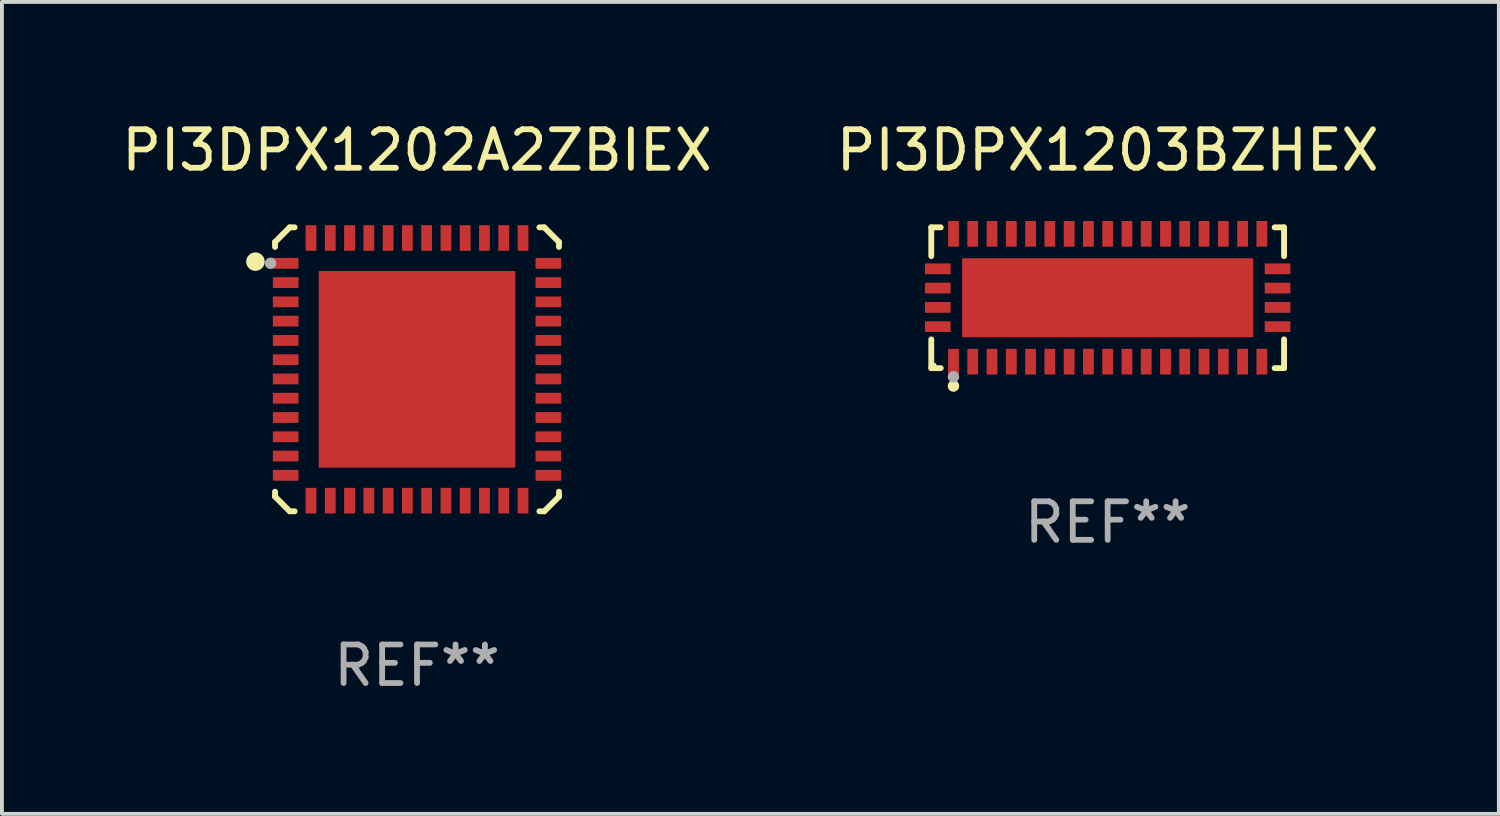
<source format=kicad_pcb>
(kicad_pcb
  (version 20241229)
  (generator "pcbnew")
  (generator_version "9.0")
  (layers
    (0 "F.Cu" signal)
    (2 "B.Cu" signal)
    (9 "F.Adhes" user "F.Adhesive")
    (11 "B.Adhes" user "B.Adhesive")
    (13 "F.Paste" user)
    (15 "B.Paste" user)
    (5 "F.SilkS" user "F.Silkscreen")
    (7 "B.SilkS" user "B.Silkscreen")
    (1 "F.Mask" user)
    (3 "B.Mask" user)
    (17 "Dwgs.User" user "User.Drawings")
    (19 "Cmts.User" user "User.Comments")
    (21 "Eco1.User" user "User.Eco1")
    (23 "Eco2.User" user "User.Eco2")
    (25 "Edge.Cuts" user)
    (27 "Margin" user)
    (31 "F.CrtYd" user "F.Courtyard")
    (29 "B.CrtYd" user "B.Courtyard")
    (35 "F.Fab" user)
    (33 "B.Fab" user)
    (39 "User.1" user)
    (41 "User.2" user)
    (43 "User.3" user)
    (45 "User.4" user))
  (footprint "PI3DPX1203BZHEX"
    (layer "F.Cu")
    (at 25.685 4.674)
    (property "Reference" "PI3DPX1203BZHEX" (at 0 -3.826 0) (layer "F.SilkS") (effects (font (size 1 1) (thickness 0.15))))
    (attr through_hole)
    (fp_line (start -4.576 -1.826) (end -4.331 -1.826) (stroke (width 0.152) (type solid)) (layer "F.SilkS"))
    (fp_line (start -4.576 -1.08) (end -4.576 -1.826) (stroke (width 0.152) (type solid)) (layer "F.SilkS"))
    (fp_line (start -4.576 1.08) (end -4.576 1.826) (stroke (width 0.152) (type solid)) (layer "F.SilkS"))
    (fp_line (start -4.576 1.826) (end -4.331 1.826) (stroke (width 0.152) (type solid)) (layer "F.SilkS"))
    (fp_line (start 4.576 -1.826) (end 4.331 -1.826) (stroke (width 0.152) (type solid)) (layer "F.SilkS"))
    (fp_line (start 4.576 -1.08) (end 4.576 -1.826) (stroke (width 0.152) (type solid)) (layer "F.SilkS"))
    (fp_line (start 4.576 1.08) (end 4.576 1.826) (stroke (width 0.152) (type solid)) (layer "F.SilkS"))
    (fp_line (start 4.576 1.826) (end 4.331 1.826) (stroke (width 0.152) (type solid)) (layer "F.SilkS"))
    (fp_circle (center -4.5 1.75) (end -4.47 1.75) (stroke (width 0.06) (type solid)) (fill no) (layer "F.SilkS"))
    (fp_circle (center -4 2.29) (end -3.925 2.29) (stroke (width 0.15) (type solid)) (fill no) (layer "F.SilkS"))
    (fp_circle (center -4 2.05) (end -3.925 2.05) (stroke (width 0.15) (type solid)) (fill no) (layer "F.Fab"))
    (fp_text user "REF**" (at 0 5.826 0) (layer "F.Fab") (effects (font (size 1 1) (thickness 0.15))))
    (pad "1" smd rect (at -4 1.658) (size 0.28 0.665) (layers "F.Cu" "F.Mask" "F.Paste"))
    (pad "2" smd rect (at -3.5 1.658) (size 0.28 0.665) (layers "F.Cu" "F.Mask" "F.Paste"))
    (pad "3" smd rect (at -3 1.658) (size 0.28 0.665) (layers "F.Cu" "F.Mask" "F.Paste"))
    (pad "4" smd rect (at -2.5 1.658) (size 0.28 0.665) (layers "F.Cu" "F.Mask" "F.Paste"))
    (pad "5" smd rect (at -2 1.658) (size 0.28 0.665) (layers "F.Cu" "F.Mask" "F.Paste"))
    (pad "6" smd rect (at -1.5 1.658) (size 0.28 0.665) (layers "F.Cu" "F.Mask" "F.Paste"))
    (pad "7" smd rect (at -1 1.658) (size 0.28 0.665) (layers "F.Cu" "F.Mask" "F.Paste"))
    (pad "8" smd rect (at -0.5 1.658) (size 0.28 0.665) (layers "F.Cu" "F.Mask" "F.Paste"))
    (pad "9" smd rect (at 0 1.658) (size 0.28 0.665) (layers "F.Cu" "F.Mask" "F.Paste"))
    (pad "10" smd rect (at 0.5 1.658) (size 0.28 0.665) (layers "F.Cu" "F.Mask" "F.Paste"))
    (pad "11" smd rect (at 1 1.658) (size 0.28 0.665) (layers "F.Cu" "F.Mask" "F.Paste"))
    (pad "12" smd rect (at 1.5 1.658) (size 0.28 0.665) (layers "F.Cu" "F.Mask" "F.Paste"))
    (pad "13" smd rect (at 2 1.658) (size 0.28 0.665) (layers "F.Cu" "F.Mask" "F.Paste"))
    (pad "14" smd rect (at 2.5 1.658) (size 0.28 0.665) (layers "F.Cu" "F.Mask" "F.Paste"))
    (pad "15" smd rect (at 3 1.658) (size 0.28 0.665) (layers "F.Cu" "F.Mask" "F.Paste"))
    (pad "16" smd rect (at 3.5 1.658) (size 0.28 0.665) (layers "F.Cu" "F.Mask" "F.Paste"))
    (pad "17" smd rect (at 4 1.658) (size 0.28 0.665) (layers "F.Cu" "F.Mask" "F.Paste"))
    (pad "18" smd rect (at 4.407 0.75) (size 0.665 0.28) (layers "F.Cu" "F.Mask" "F.Paste"))
    (pad "19" smd rect (at 4.407 0.25) (size 0.665 0.28) (layers "F.Cu" "F.Mask" "F.Paste"))
    (pad "20" smd rect (at 4.407 -0.25) (size 0.665 0.28) (layers "F.Cu" "F.Mask" "F.Paste"))
    (pad "21" smd rect (at 4.407 -0.75) (size 0.665 0.28) (layers "F.Cu" "F.Mask" "F.Paste"))
    (pad "22" smd rect (at 4 -1.658) (size 0.28 0.665) (layers "F.Cu" "F.Mask" "F.Paste"))
    (pad "23" smd rect (at 3.5 -1.658) (size 0.28 0.665) (layers "F.Cu" "F.Mask" "F.Paste"))
    (pad "24" smd rect (at 3 -1.658) (size 0.28 0.665) (layers "F.Cu" "F.Mask" "F.Paste"))
    (pad "25" smd rect (at 2.5 -1.658) (size 0.28 0.665) (layers "F.Cu" "F.Mask" "F.Paste"))
    (pad "26" smd rect (at 2 -1.658) (size 0.28 0.665) (layers "F.Cu" "F.Mask" "F.Paste"))
    (pad "27" smd rect (at 1.5 -1.658) (size 0.28 0.665) (layers "F.Cu" "F.Mask" "F.Paste"))
    (pad "28" smd rect (at 1 -1.658) (size 0.28 0.665) (layers "F.Cu" "F.Mask" "F.Paste"))
    (pad "29" smd rect (at 0.5 -1.658) (size 0.28 0.665) (layers "F.Cu" "F.Mask" "F.Paste"))
    (pad "30" smd rect (at 0 -1.658) (size 0.28 0.665) (layers "F.Cu" "F.Mask" "F.Paste"))
    (pad "31" smd rect (at -0.5 -1.658) (size 0.28 0.665) (layers "F.Cu" "F.Mask" "F.Paste"))
    (pad "32" smd rect (at -1 -1.658) (size 0.28 0.665) (layers "F.Cu" "F.Mask" "F.Paste"))
    (pad "33" smd rect (at -1.5 -1.658) (size 0.28 0.665) (layers "F.Cu" "F.Mask" "F.Paste"))
    (pad "34" smd rect (at -2 -1.658) (size 0.28 0.665) (layers "F.Cu" "F.Mask" "F.Paste"))
    (pad "35" smd rect (at -2.5 -1.658) (size 0.28 0.665) (layers "F.Cu" "F.Mask" "F.Paste"))
    (pad "36" smd rect (at -3 -1.658) (size 0.28 0.665) (layers "F.Cu" "F.Mask" "F.Paste"))
    (pad "37" smd rect (at -3.5 -1.658) (size 0.28 0.665) (layers "F.Cu" "F.Mask" "F.Paste"))
    (pad "38" smd rect (at -4 -1.658) (size 0.28 0.665) (layers "F.Cu" "F.Mask" "F.Paste"))
    (pad "39" smd rect (at -4.407 -0.75) (size 0.665 0.28) (layers "F.Cu" "F.Mask" "F.Paste"))
    (pad "40" smd rect (at -4.407 -0.25) (size 0.665 0.28) (layers "F.Cu" "F.Mask" "F.Paste"))
    (pad "41" smd rect (at -4.407 0.25) (size 0.665 0.28) (layers "F.Cu" "F.Mask" "F.Paste"))
    (pad "42" smd rect (at -4.407 0.75) (size 0.665 0.28) (layers "F.Cu" "F.Mask" "F.Paste"))
    (pad "43" smd rect (at 0 0) (size 7.55 2.05) (layers "F.Cu" "F.Mask" "F.Paste")))
  (footprint "PI3DPX1202A2ZBIEX"
    (layer "F.Cu")
    (at 7.768 6.531)
    (property "Reference" "PI3DPX1202A2ZBIEX" (at 0 -5.683 0) (layer "F.SilkS") (effects (font (size 1 1) (thickness 0.15))))
    (attr through_hole)
    (fp_line (start -3.683 -3.302) (end -3.302 -3.683) (stroke (width 0.152) (type solid)) (layer "F.SilkS"))
    (fp_line (start -3.683 -3.175) (end -3.683 -3.302) (stroke (width 0.152) (type solid)) (layer "F.SilkS"))
    (fp_line (start -3.683 3.302) (end -3.683 3.175) (stroke (width 0.152) (type solid)) (layer "F.SilkS"))
    (fp_line (start -3.302 -3.683) (end -3.175 -3.683) (stroke (width 0.152) (type solid)) (layer "F.SilkS"))
    (fp_line (start -3.302 3.683) (end -3.683 3.302) (stroke (width 0.152) (type solid)) (layer "F.SilkS"))
    (fp_line (start -3.175 3.683) (end -3.302 3.683) (stroke (width 0.152) (type solid)) (layer "F.SilkS"))
    (fp_line (start 3.175 -3.683) (end 3.302 -3.683) (stroke (width 0.152) (type solid)) (layer "F.SilkS"))
    (fp_line (start 3.302 -3.683) (end 3.683 -3.302) (stroke (width 0.152) (type solid)) (layer "F.SilkS"))
    (fp_line (start 3.302 3.683) (end 3.175 3.683) (stroke (width 0.152) (type solid)) (layer "F.SilkS"))
    (fp_line (start 3.683 -3.302) (end 3.683 -3.175) (stroke (width 0.152) (type solid)) (layer "F.SilkS"))
    (fp_line (start 3.683 3.175) (end 3.683 3.302) (stroke (width 0.152) (type solid)) (layer "F.SilkS"))
    (fp_line (start 3.683 3.302) (end 3.302 3.683) (stroke (width 0.152) (type solid)) (layer "F.SilkS"))
    (fp_circle (center -4.191 -2.794) (end -4.071 -2.794) (stroke (width 0.24) (type solid)) (fill no) (layer "F.SilkS"))
    (fp_circle (center -3.5 -3.5) (end -3.47 -3.5) (stroke (width 0.06) (type solid)) (fill no) (layer "F.SilkS"))
    (fp_circle (center -3.8 -2.75) (end -3.725 -2.75) (stroke (width 0.15) (type solid)) (fill no) (layer "F.Fab"))
    (fp_text user "REF**" (at 0 7.683 0) (layer "F.Fab") (effects (font (size 1 1) (thickness 0.15))))
    (pad "1" smd rect (at -3.407 -2.75) (size 0.665 0.28) (layers "F.Cu" "F.Mask" "F.Paste"))
    (pad "2" smd rect (at -3.407 -2.25) (size 0.665 0.28) (layers "F.Cu" "F.Mask" "F.Paste"))
    (pad "3" smd rect (at -3.407 -1.75) (size 0.665 0.28) (layers "F.Cu" "F.Mask" "F.Paste"))
    (pad "4" smd rect (at -3.407 -1.25) (size 0.665 0.28) (layers "F.Cu" "F.Mask" "F.Paste"))
    (pad "5" smd rect (at -3.407 -0.75) (size 0.665 0.28) (layers "F.Cu" "F.Mask" "F.Paste"))
    (pad "6" smd rect (at -3.407 -0.25) (size 0.665 0.28) (layers "F.Cu" "F.Mask" "F.Paste"))
    (pad "7" smd rect (at -3.407 0.25) (size 0.665 0.28) (layers "F.Cu" "F.Mask" "F.Paste"))
    (pad "8" smd rect (at -3.407 0.75) (size 0.665 0.28) (layers "F.Cu" "F.Mask" "F.Paste"))
    (pad "9" smd rect (at -3.407 1.25) (size 0.665 0.28) (layers "F.Cu" "F.Mask" "F.Paste"))
    (pad "10" smd rect (at -3.407 1.75) (size 0.665 0.28) (layers "F.Cu" "F.Mask" "F.Paste"))
    (pad "11" smd rect (at -3.407 2.25) (size 0.665 0.28) (layers "F.Cu" "F.Mask" "F.Paste"))
    (pad "12" smd rect (at -3.407 2.75) (size 0.665 0.28) (layers "F.Cu" "F.Mask" "F.Paste"))
    (pad "13" smd rect (at -2.75 3.407) (size 0.28 0.665) (layers "F.Cu" "F.Mask" "F.Paste"))
    (pad "14" smd rect (at -2.25 3.407) (size 0.28 0.665) (layers "F.Cu" "F.Mask" "F.Paste"))
    (pad "15" smd rect (at -1.75 3.407) (size 0.28 0.665) (layers "F.Cu" "F.Mask" "F.Paste"))
    (pad "16" smd rect (at -1.25 3.407) (size 0.28 0.665) (layers "F.Cu" "F.Mask" "F.Paste"))
    (pad "17" smd rect (at -0.75 3.407) (size 0.28 0.665) (layers "F.Cu" "F.Mask" "F.Paste"))
    (pad "18" smd rect (at -0.25 3.407) (size 0.28 0.665) (layers "F.Cu" "F.Mask" "F.Paste"))
    (pad "19" smd rect (at 0.25 3.407) (size 0.28 0.665) (layers "F.Cu" "F.Mask" "F.Paste"))
    (pad "20" smd rect (at 0.75 3.407) (size 0.28 0.665) (layers "F.Cu" "F.Mask" "F.Paste"))
    (pad "21" smd rect (at 1.25 3.407) (size 0.28 0.665) (layers "F.Cu" "F.Mask" "F.Paste"))
    (pad "22" smd rect (at 1.75 3.407) (size 0.28 0.665) (layers "F.Cu" "F.Mask" "F.Paste"))
    (pad "23" smd rect (at 2.25 3.407) (size 0.28 0.665) (layers "F.Cu" "F.Mask" "F.Paste"))
    (pad "24" smd rect (at 2.75 3.407) (size 0.28 0.665) (layers "F.Cu" "F.Mask" "F.Paste"))
    (pad "25" smd rect (at 3.407 2.75) (size 0.665 0.28) (layers "F.Cu" "F.Mask" "F.Paste"))
    (pad "26" smd rect (at 3.407 2.25) (size 0.665 0.28) (layers "F.Cu" "F.Mask" "F.Paste"))
    (pad "27" smd rect (at 3.407 1.75) (size 0.665 0.28) (layers "F.Cu" "F.Mask" "F.Paste"))
    (pad "28" smd rect (at 3.407 1.25) (size 0.665 0.28) (layers "F.Cu" "F.Mask" "F.Paste"))
    (pad "29" smd rect (at 3.407 0.75) (size 0.665 0.28) (layers "F.Cu" "F.Mask" "F.Paste"))
    (pad "30" smd rect (at 3.407 0.25) (size 0.665 0.28) (layers "F.Cu" "F.Mask" "F.Paste"))
    (pad "31" smd rect (at 3.407 -0.25) (size 0.665 0.28) (layers "F.Cu" "F.Mask" "F.Paste"))
    (pad "32" smd rect (at 3.407 -0.75) (size 0.665 0.28) (layers "F.Cu" "F.Mask" "F.Paste"))
    (pad "33" smd rect (at 3.407 -1.25) (size 0.665 0.28) (layers "F.Cu" "F.Mask" "F.Paste"))
    (pad "34" smd rect (at 3.407 -1.75) (size 0.665 0.28) (layers "F.Cu" "F.Mask" "F.Paste"))
    (pad "35" smd rect (at 3.407 -2.25) (size 0.665 0.28) (layers "F.Cu" "F.Mask" "F.Paste"))
    (pad "36" smd rect (at 3.407 -2.75) (size 0.665 0.28) (layers "F.Cu" "F.Mask" "F.Paste"))
    (pad "37" smd rect (at 2.75 -3.407) (size 0.28 0.665) (layers "F.Cu" "F.Mask" "F.Paste"))
    (pad "38" smd rect (at 2.25 -3.407) (size 0.28 0.665) (layers "F.Cu" "F.Mask" "F.Paste"))
    (pad "39" smd rect (at 1.75 -3.407) (size 0.28 0.665) (layers "F.Cu" "F.Mask" "F.Paste"))
    (pad "40" smd rect (at 1.25 -3.407) (size 0.28 0.665) (layers "F.Cu" "F.Mask" "F.Paste"))
    (pad "41" smd rect (at 0.75 -3.407) (size 0.28 0.665) (layers "F.Cu" "F.Mask" "F.Paste"))
    (pad "42" smd rect (at 0.25 -3.407) (size 0.28 0.665) (layers "F.Cu" "F.Mask" "F.Paste"))
    (pad "43" smd rect (at -0.25 -3.407) (size 0.28 0.665) (layers "F.Cu" "F.Mask" "F.Paste"))
    (pad "44" smd rect (at -0.75 -3.407) (size 0.28 0.665) (layers "F.Cu" "F.Mask" "F.Paste"))
    (pad "45" smd rect (at -1.25 -3.407) (size 0.28 0.665) (layers "F.Cu" "F.Mask" "F.Paste"))
    (pad "46" smd rect (at -1.75 -3.407) (size 0.28 0.665) (layers "F.Cu" "F.Mask" "F.Paste"))
    (pad "47" smd rect (at -2.25 -3.407) (size 0.28 0.665) (layers "F.Cu" "F.Mask" "F.Paste"))
    (pad "48" smd rect (at -2.75 -3.407) (size 0.28 0.665) (layers "F.Cu" "F.Mask" "F.Paste"))
    (pad "49" smd rect (at 0 0) (size 5.1 5.1) (layers "F.Cu" "F.Mask" "F.Paste")))
  (gr_rect
    (start -3 -3)
    (end 35.833 18.063)
    (stroke (width 0.1) (type default))
    (fill no)
    (layer "Edge.Cuts")))
</source>
